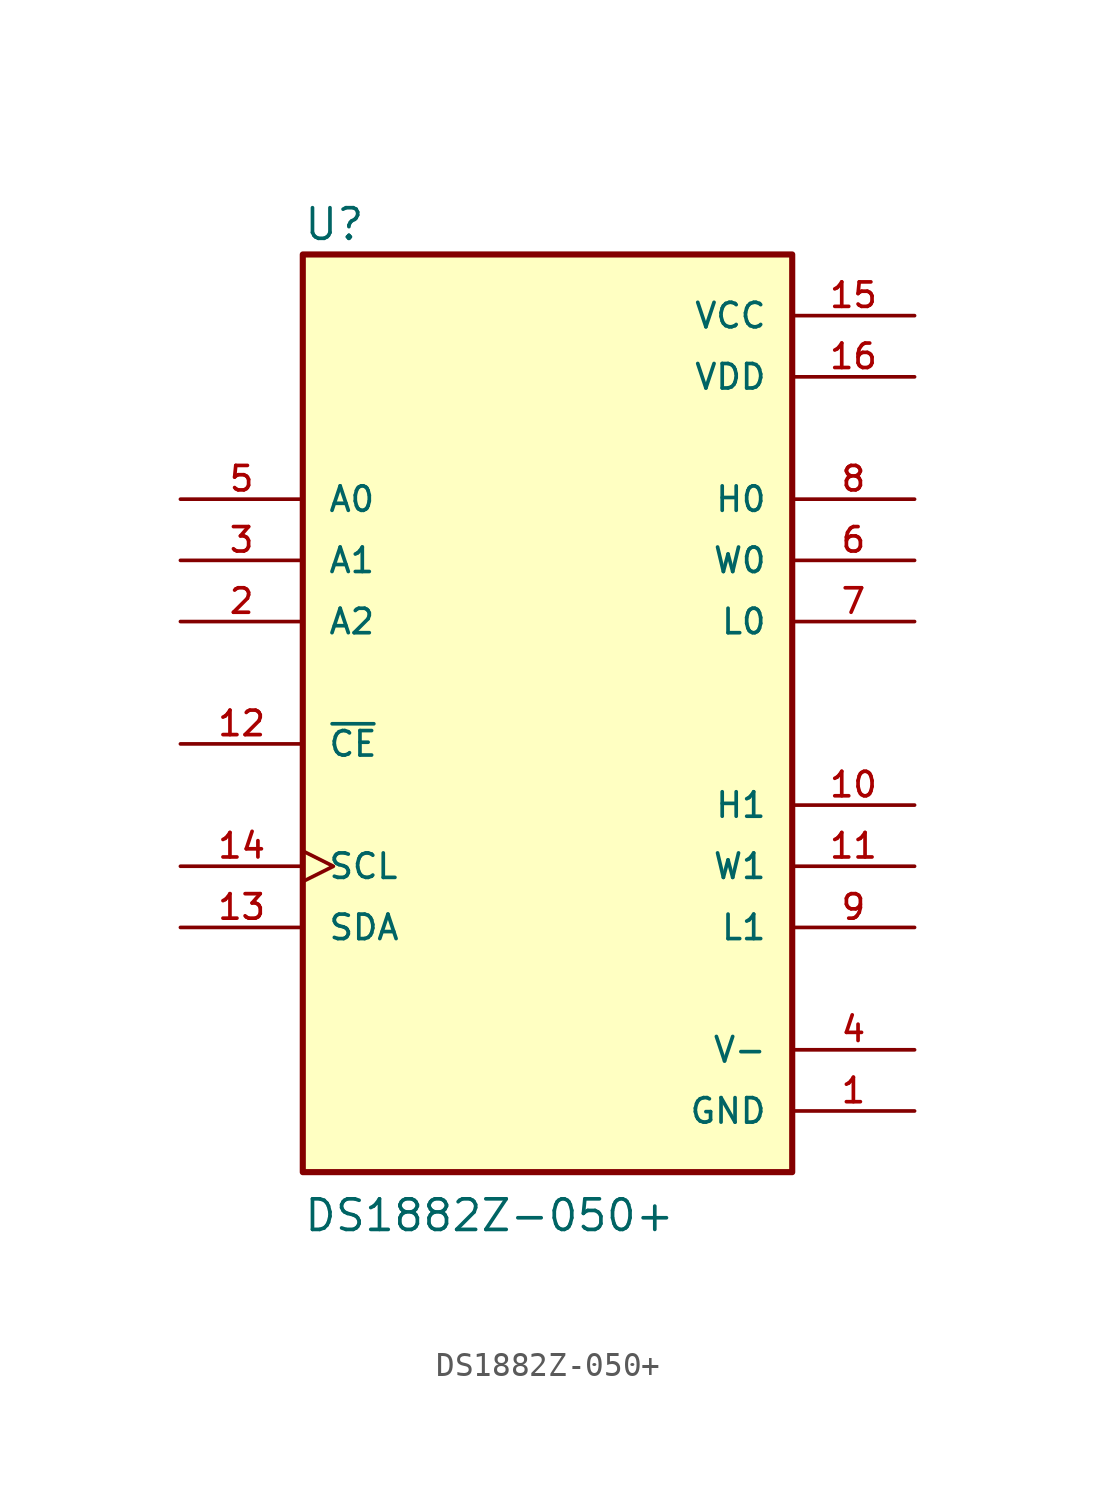
<source format=kicad_sym>
(kicad_symbol_lib
  (version 20211014)
  (generator kicad_symbol_editor)
  (symbol "DS1882Z-050+"
    (pin_names
      (offset 1.016))
    (property "Reference" "U"
      (at -10.16 18.288 0)
      (effects (font (size 1.27 1.27)) (justify bottom left)))
    (property "Value" "DS1882Z-050+"
      (at -10.16 -22.86 0)
      (effects (font (size 1.27 1.27)) (justify bottom left)))
    (symbol "DS1882Z-050+_0_0"
      (rectangle (start -10.16 -20.32) (end 10.16 17.78) (stroke (width 0.254)) (fill (type background)))
      (pin power_in line (at 15.24 -17.78 180.0) (length 5.08) (name "GND" (effects (font (size 1.016 1.016)))) (number "1" (effects (font (size 1.016 1.016)))))
      (pin input line (at -15.24 2.54 0) (length 5.08) (name "A2" (effects (font (size 1.016 1.016)))) (number "2" (effects (font (size 1.016 1.016)))))
      (pin input line (at -15.24 5.08 0) (length 5.08) (name "A1" (effects (font (size 1.016 1.016)))) (number "3" (effects (font (size 1.016 1.016)))))
      (pin power_in line (at 15.24 -15.24 180.0) (length 5.08) (name "V-" (effects (font (size 1.016 1.016)))) (number "4" (effects (font (size 1.016 1.016)))))
      (pin input line (at -15.24 7.62 0) (length 5.08) (name "A0" (effects (font (size 1.016 1.016)))) (number "5" (effects (font (size 1.016 1.016)))))
      (pin passive line (at 15.24 5.08 180.0) (length 5.08) (name "W0" (effects (font (size 1.016 1.016)))) (number "6" (effects (font (size 1.016 1.016)))))
      (pin passive line (at 15.24 2.54 180.0) (length 5.08) (name "L0" (effects (font (size 1.016 1.016)))) (number "7" (effects (font (size 1.016 1.016)))))
      (pin passive line (at 15.24 7.62 180.0) (length 5.08) (name "H0" (effects (font (size 1.016 1.016)))) (number "8" (effects (font (size 1.016 1.016)))))
      (pin passive line (at 15.24 -10.16 180.0) (length 5.08) (name "L1" (effects (font (size 1.016 1.016)))) (number "9" (effects (font (size 1.016 1.016)))))
      (pin passive line (at 15.24 -5.08 180.0) (length 5.08) (name "H1" (effects (font (size 1.016 1.016)))) (number "10" (effects (font (size 1.016 1.016)))))
      (pin passive line (at 15.24 -7.62 180.0) (length 5.08) (name "W1" (effects (font (size 1.016 1.016)))) (number "11" (effects (font (size 1.016 1.016)))))
      (pin input line (at -15.24 -2.54 0) (length 5.08) (name "~{CE}" (effects (font (size 1.016 1.016)))) (number "12" (effects (font (size 1.016 1.016)))))
      (pin bidirectional line (at -15.24 -10.16 0) (length 5.08) (name "SDA" (effects (font (size 1.016 1.016)))) (number "13" (effects (font (size 1.016 1.016)))))
      (pin input clock (at -15.24 -7.62 0) (length 5.08) (name "SCL" (effects (font (size 1.016 1.016)))) (number "14" (effects (font (size 1.016 1.016)))))
      (pin power_in line (at 15.24 15.24 180.0) (length 5.08) (name "VCC" (effects (font (size 1.016 1.016)))) (number "15" (effects (font (size 1.016 1.016)))))
      (pin power_in line (at 15.24 12.7 180.0) (length 5.08) (name "VDD" (effects (font (size 1.016 1.016)))) (number "16" (effects (font (size 1.016 1.016))))))))
</source>
